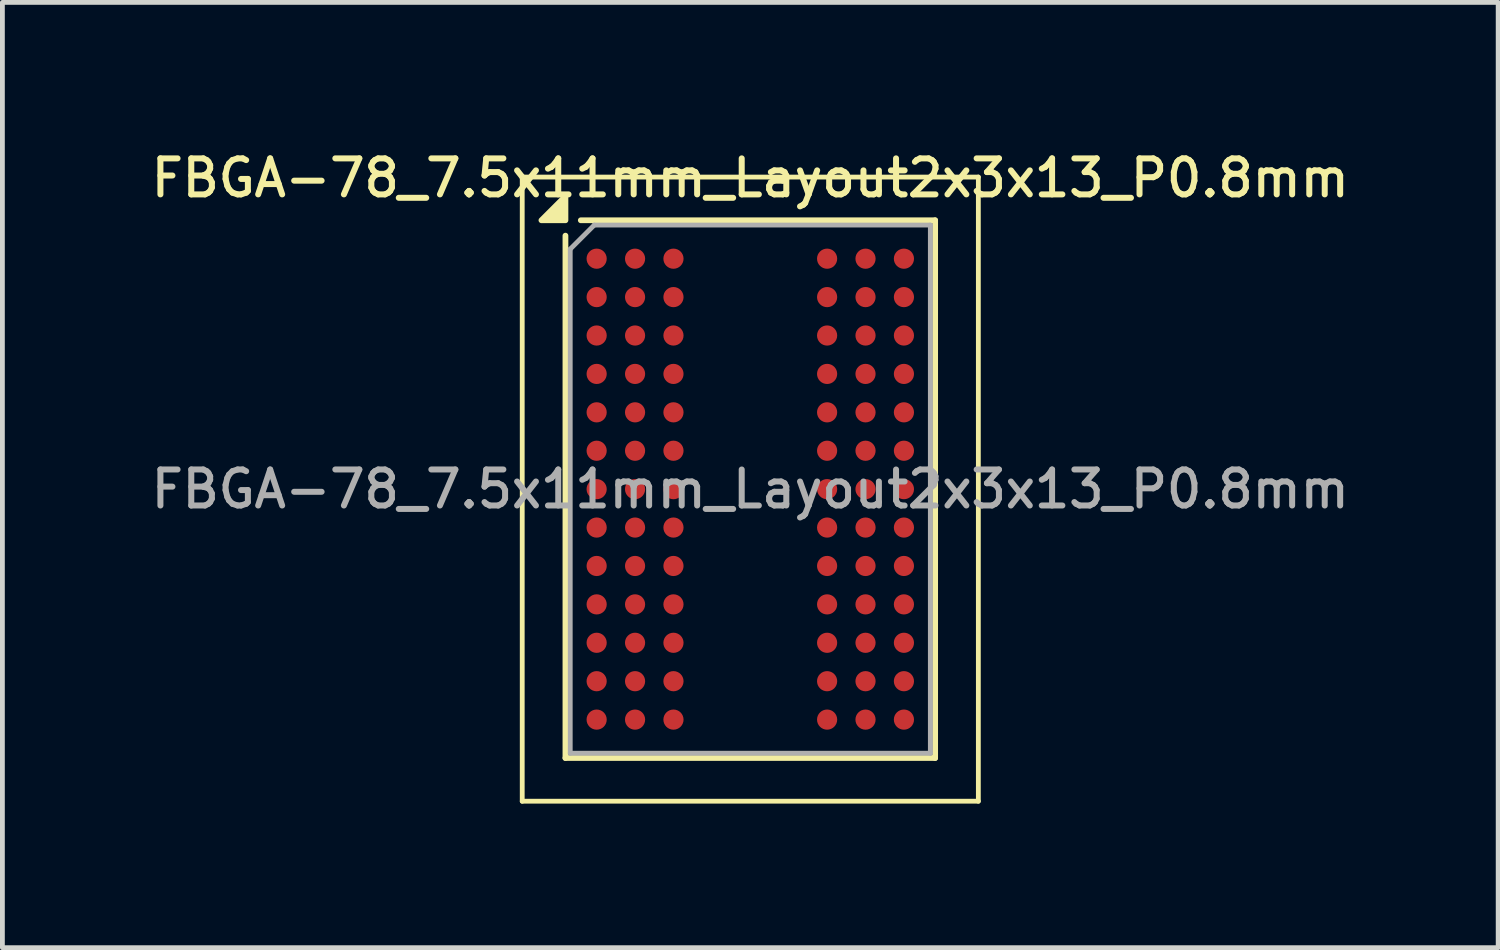
<source format=kicad_pcb>
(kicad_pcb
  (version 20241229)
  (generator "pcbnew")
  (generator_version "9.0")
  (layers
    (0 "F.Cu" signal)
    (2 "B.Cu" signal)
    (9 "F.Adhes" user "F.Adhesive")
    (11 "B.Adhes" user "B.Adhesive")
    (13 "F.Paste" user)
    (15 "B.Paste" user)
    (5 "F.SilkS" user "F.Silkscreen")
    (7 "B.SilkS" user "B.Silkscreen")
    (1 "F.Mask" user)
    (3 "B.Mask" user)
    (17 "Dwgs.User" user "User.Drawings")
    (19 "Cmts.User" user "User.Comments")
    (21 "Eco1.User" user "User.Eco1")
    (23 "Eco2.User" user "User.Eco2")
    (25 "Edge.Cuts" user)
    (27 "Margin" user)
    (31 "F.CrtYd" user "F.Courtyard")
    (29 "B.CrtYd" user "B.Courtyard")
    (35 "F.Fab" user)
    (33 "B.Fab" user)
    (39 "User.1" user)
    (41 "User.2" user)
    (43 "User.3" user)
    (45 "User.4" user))
  (footprint "FBGA-78_7.5x11mm_Layout2x3x13_P0.8mm"
    (layer "F.Cu")
    (at 12.577 7.138)
    (property "Reference" "FBGA-78_7.5x11mm_Layout2x3x13_P0.8mm" (at 0 -6.48 0) (layer "F.SilkS") (effects (font (size 0.75 0.75) (thickness 0.125))))
    (attr smd)
    (fp_line (start -4.75 -6.5) (end -4.75 6.5) (stroke (width 0.1) (type solid)) (layer "F.SilkS"))
    (fp_line (start -4.75 -6.5) (end 4.75 -6.5) (stroke (width 0.1) (type solid)) (layer "F.SilkS"))
    (fp_line (start -4.75 6.5) (end 4.75 6.5) (stroke (width 0.1) (type solid)) (layer "F.SilkS"))
    (fp_line (start -3.85 5.6) (end -3.85 -5.28) (stroke (width 0.12) (type solid)) (layer "F.SilkS"))
    (fp_line (start -3.53 -5.6) (end 3.85 -5.6) (stroke (width 0.12) (type solid)) (layer "F.SilkS"))
    (fp_line (start 3.85 -5.6) (end 3.85 5.6) (stroke (width 0.12) (type solid)) (layer "F.SilkS"))
    (fp_line (start 3.85 5.6) (end -3.85 5.6) (stroke (width 0.12) (type solid)) (layer "F.SilkS"))
    (fp_line (start 4.75 6.5) (end 4.75 -6.5) (stroke (width 0.1) (type solid)) (layer "F.SilkS"))
    (fp_poly (pts (xy -3.85 -5.6) (xy -4.35 -5.6) (xy -3.85 -6.1) (xy -3.85 -5.6)) (stroke (width 0.12) (type solid)) (fill yes) (layer "F.SilkS"))
    (fp_line (start -3.75 -5) (end -3.75 5.5) (stroke (width 0.1) (type solid)) (layer "F.Fab"))
    (fp_line (start -3.75 -5) (end -3.25 -5.5) (stroke (width 0.1) (type solid)) (layer "F.Fab"))
    (fp_line (start -3.75 5.5) (end 3.75 5.5) (stroke (width 0.1) (type solid)) (layer "F.Fab"))
    (fp_line (start 3.75 -5.5) (end -3.25 -5.5) (stroke (width 0.1) (type solid)) (layer "F.Fab"))
    (fp_line (start 3.75 5.5) (end 3.75 -5.5) (stroke (width 0.1) (type solid)) (layer "F.Fab"))
    (fp_text user "${REFERENCE}" (at 0 0 0) (layer "F.Fab") (effects (font (size 0.75 0.75) (thickness 0.125))))
    (pad "A1" smd circle (at -3.2 -4.8) (size 0.42 0.42) (property pad_prop_bga) (layers "F.Cu" "F.Mask" "F.Paste"))
    (pad "A2" smd circle (at -2.4 -4.8) (size 0.42 0.42) (property pad_prop_bga) (layers "F.Cu" "F.Mask" "F.Paste"))
    (pad "A3" smd circle (at -1.6 -4.8) (size 0.42 0.42) (property pad_prop_bga) (layers "F.Cu" "F.Mask" "F.Paste"))
    (pad "A7" smd circle (at 1.6 -4.8) (size 0.42 0.42) (property pad_prop_bga) (layers "F.Cu" "F.Mask" "F.Paste"))
    (pad "A8" smd circle (at 2.4 -4.8) (size 0.42 0.42) (property pad_prop_bga) (layers "F.Cu" "F.Mask" "F.Paste"))
    (pad "A9" smd circle (at 3.2 -4.8) (size 0.42 0.42) (property pad_prop_bga) (layers "F.Cu" "F.Mask" "F.Paste"))
    (pad "B1" smd circle (at -3.2 -4) (size 0.42 0.42) (property pad_prop_bga) (layers "F.Cu" "F.Mask" "F.Paste"))
    (pad "B2" smd circle (at -2.4 -4) (size 0.42 0.42) (property pad_prop_bga) (layers "F.Cu" "F.Mask" "F.Paste"))
    (pad "B3" smd circle (at -1.6 -4) (size 0.42 0.42) (property pad_prop_bga) (layers "F.Cu" "F.Mask" "F.Paste"))
    (pad "B7" smd circle (at 1.6 -4) (size 0.42 0.42) (property pad_prop_bga) (layers "F.Cu" "F.Mask" "F.Paste"))
    (pad "B8" smd circle (at 2.4 -4) (size 0.42 0.42) (property pad_prop_bga) (layers "F.Cu" "F.Mask" "F.Paste"))
    (pad "B9" smd circle (at 3.2 -4) (size 0.42 0.42) (property pad_prop_bga) (layers "F.Cu" "F.Mask" "F.Paste"))
    (pad "C1" smd circle (at -3.2 -3.2) (size 0.42 0.42) (property pad_prop_bga) (layers "F.Cu" "F.Mask" "F.Paste"))
    (pad "C2" smd circle (at -2.4 -3.2) (size 0.42 0.42) (property pad_prop_bga) (layers "F.Cu" "F.Mask" "F.Paste"))
    (pad "C3" smd circle (at -1.6 -3.2) (size 0.42 0.42) (property pad_prop_bga) (layers "F.Cu" "F.Mask" "F.Paste"))
    (pad "C7" smd circle (at 1.6 -3.2) (size 0.42 0.42) (property pad_prop_bga) (layers "F.Cu" "F.Mask" "F.Paste"))
    (pad "C8" smd circle (at 2.4 -3.2) (size 0.42 0.42) (property pad_prop_bga) (layers "F.Cu" "F.Mask" "F.Paste"))
    (pad "C9" smd circle (at 3.2 -3.2) (size 0.42 0.42) (property pad_prop_bga) (layers "F.Cu" "F.Mask" "F.Paste"))
    (pad "D1" smd circle (at -3.2 -2.4) (size 0.42 0.42) (property pad_prop_bga) (layers "F.Cu" "F.Mask" "F.Paste"))
    (pad "D2" smd circle (at -2.4 -2.4) (size 0.42 0.42) (property pad_prop_bga) (layers "F.Cu" "F.Mask" "F.Paste"))
    (pad "D3" smd circle (at -1.6 -2.4) (size 0.42 0.42) (property pad_prop_bga) (layers "F.Cu" "F.Mask" "F.Paste"))
    (pad "D7" smd circle (at 1.6 -2.4) (size 0.42 0.42) (property pad_prop_bga) (layers "F.Cu" "F.Mask" "F.Paste"))
    (pad "D8" smd circle (at 2.4 -2.4) (size 0.42 0.42) (property pad_prop_bga) (layers "F.Cu" "F.Mask" "F.Paste"))
    (pad "D9" smd circle (at 3.2 -2.4) (size 0.42 0.42) (property pad_prop_bga) (layers "F.Cu" "F.Mask" "F.Paste"))
    (pad "E1" smd circle (at -3.2 -1.6) (size 0.42 0.42) (property pad_prop_bga) (layers "F.Cu" "F.Mask" "F.Paste"))
    (pad "E2" smd circle (at -2.4 -1.6) (size 0.42 0.42) (property pad_prop_bga) (layers "F.Cu" "F.Mask" "F.Paste"))
    (pad "E3" smd circle (at -1.6 -1.6) (size 0.42 0.42) (property pad_prop_bga) (layers "F.Cu" "F.Mask" "F.Paste"))
    (pad "E7" smd circle (at 1.6 -1.6) (size 0.42 0.42) (property pad_prop_bga) (layers "F.Cu" "F.Mask" "F.Paste"))
    (pad "E8" smd circle (at 2.4 -1.6) (size 0.42 0.42) (property pad_prop_bga) (layers "F.Cu" "F.Mask" "F.Paste"))
    (pad "E9" smd circle (at 3.2 -1.6) (size 0.42 0.42) (property pad_prop_bga) (layers "F.Cu" "F.Mask" "F.Paste"))
    (pad "F1" smd circle (at -3.2 -0.8) (size 0.42 0.42) (property pad_prop_bga) (layers "F.Cu" "F.Mask" "F.Paste"))
    (pad "F2" smd circle (at -2.4 -0.8) (size 0.42 0.42) (property pad_prop_bga) (layers "F.Cu" "F.Mask" "F.Paste"))
    (pad "F3" smd circle (at -1.6 -0.8) (size 0.42 0.42) (property pad_prop_bga) (layers "F.Cu" "F.Mask" "F.Paste"))
    (pad "F7" smd circle (at 1.6 -0.8) (size 0.42 0.42) (property pad_prop_bga) (layers "F.Cu" "F.Mask" "F.Paste"))
    (pad "F8" smd circle (at 2.4 -0.8) (size 0.42 0.42) (property pad_prop_bga) (layers "F.Cu" "F.Mask" "F.Paste"))
    (pad "F9" smd circle (at 3.2 -0.8) (size 0.42 0.42) (property pad_prop_bga) (layers "F.Cu" "F.Mask" "F.Paste"))
    (pad "G1" smd circle (at -3.2 0) (size 0.42 0.42) (property pad_prop_bga) (layers "F.Cu" "F.Mask" "F.Paste"))
    (pad "G2" smd circle (at -2.4 0) (size 0.42 0.42) (property pad_prop_bga) (layers "F.Cu" "F.Mask" "F.Paste"))
    (pad "G3" smd circle (at -1.6 0) (size 0.42 0.42) (property pad_prop_bga) (layers "F.Cu" "F.Mask" "F.Paste"))
    (pad "G7" smd circle (at 1.6 0) (size 0.42 0.42) (property pad_prop_bga) (layers "F.Cu" "F.Mask" "F.Paste"))
    (pad "G8" smd circle (at 2.4 0) (size 0.42 0.42) (property pad_prop_bga) (layers "F.Cu" "F.Mask" "F.Paste"))
    (pad "G9" smd circle (at 3.2 0) (size 0.42 0.42) (property pad_prop_bga) (layers "F.Cu" "F.Mask" "F.Paste"))
    (pad "H1" smd circle (at -3.2 0.8) (size 0.42 0.42) (property pad_prop_bga) (layers "F.Cu" "F.Mask" "F.Paste"))
    (pad "H2" smd circle (at -2.4 0.8) (size 0.42 0.42) (property pad_prop_bga) (layers "F.Cu" "F.Mask" "F.Paste"))
    (pad "H3" smd circle (at -1.6 0.8) (size 0.42 0.42) (property pad_prop_bga) (layers "F.Cu" "F.Mask" "F.Paste"))
    (pad "H7" smd circle (at 1.6 0.8) (size 0.42 0.42) (property pad_prop_bga) (layers "F.Cu" "F.Mask" "F.Paste"))
    (pad "H8" smd circle (at 2.4 0.8) (size 0.42 0.42) (property pad_prop_bga) (layers "F.Cu" "F.Mask" "F.Paste"))
    (pad "H9" smd circle (at 3.2 0.8) (size 0.42 0.42) (property pad_prop_bga) (layers "F.Cu" "F.Mask" "F.Paste"))
    (pad "J1" smd circle (at -3.2 1.6) (size 0.42 0.42) (property pad_prop_bga) (layers "F.Cu" "F.Mask" "F.Paste"))
    (pad "J2" smd circle (at -2.4 1.6) (size 0.42 0.42) (property pad_prop_bga) (layers "F.Cu" "F.Mask" "F.Paste"))
    (pad "J3" smd circle (at -1.6 1.6) (size 0.42 0.42) (property pad_prop_bga) (layers "F.Cu" "F.Mask" "F.Paste"))
    (pad "J7" smd circle (at 1.6 1.6) (size 0.42 0.42) (property pad_prop_bga) (layers "F.Cu" "F.Mask" "F.Paste"))
    (pad "J8" smd circle (at 2.4 1.6) (size 0.42 0.42) (property pad_prop_bga) (layers "F.Cu" "F.Mask" "F.Paste"))
    (pad "J9" smd circle (at 3.2 1.6) (size 0.42 0.42) (property pad_prop_bga) (layers "F.Cu" "F.Mask" "F.Paste"))
    (pad "K1" smd circle (at -3.2 2.4) (size 0.42 0.42) (property pad_prop_bga) (layers "F.Cu" "F.Mask" "F.Paste"))
    (pad "K2" smd circle (at -2.4 2.4) (size 0.42 0.42) (property pad_prop_bga) (layers "F.Cu" "F.Mask" "F.Paste"))
    (pad "K3" smd circle (at -1.6 2.4) (size 0.42 0.42) (property pad_prop_bga) (layers "F.Cu" "F.Mask" "F.Paste"))
    (pad "K7" smd circle (at 1.6 2.4) (size 0.42 0.42) (property pad_prop_bga) (layers "F.Cu" "F.Mask" "F.Paste"))
    (pad "K8" smd circle (at 2.4 2.4) (size 0.42 0.42) (property pad_prop_bga) (layers "F.Cu" "F.Mask" "F.Paste"))
    (pad "K9" smd circle (at 3.2 2.4) (size 0.42 0.42) (property pad_prop_bga) (layers "F.Cu" "F.Mask" "F.Paste"))
    (pad "L1" smd circle (at -3.2 3.2) (size 0.42 0.42) (property pad_prop_bga) (layers "F.Cu" "F.Mask" "F.Paste"))
    (pad "L2" smd circle (at -2.4 3.2) (size 0.42 0.42) (property pad_prop_bga) (layers "F.Cu" "F.Mask" "F.Paste"))
    (pad "L3" smd circle (at -1.6 3.2) (size 0.42 0.42) (property pad_prop_bga) (layers "F.Cu" "F.Mask" "F.Paste"))
    (pad "L7" smd circle (at 1.6 3.2) (size 0.42 0.42) (property pad_prop_bga) (layers "F.Cu" "F.Mask" "F.Paste"))
    (pad "L8" smd circle (at 2.4 3.2) (size 0.42 0.42) (property pad_prop_bga) (layers "F.Cu" "F.Mask" "F.Paste"))
    (pad "L9" smd circle (at 3.2 3.2) (size 0.42 0.42) (property pad_prop_bga) (layers "F.Cu" "F.Mask" "F.Paste"))
    (pad "M1" smd circle (at -3.2 4) (size 0.42 0.42) (property pad_prop_bga) (layers "F.Cu" "F.Mask" "F.Paste"))
    (pad "M2" smd circle (at -2.4 4) (size 0.42 0.42) (property pad_prop_bga) (layers "F.Cu" "F.Mask" "F.Paste"))
    (pad "M3" smd circle (at -1.6 4) (size 0.42 0.42) (property pad_prop_bga) (layers "F.Cu" "F.Mask" "F.Paste"))
    (pad "M7" smd circle (at 1.6 4) (size 0.42 0.42) (property pad_prop_bga) (layers "F.Cu" "F.Mask" "F.Paste"))
    (pad "M8" smd circle (at 2.4 4) (size 0.42 0.42) (property pad_prop_bga) (layers "F.Cu" "F.Mask" "F.Paste"))
    (pad "M9" smd circle (at 3.2 4) (size 0.42 0.42) (property pad_prop_bga) (layers "F.Cu" "F.Mask" "F.Paste"))
    (pad "N1" smd circle (at -3.2 4.8) (size 0.42 0.42) (property pad_prop_bga) (layers "F.Cu" "F.Mask" "F.Paste"))
    (pad "N2" smd circle (at -2.4 4.8) (size 0.42 0.42) (property pad_prop_bga) (layers "F.Cu" "F.Mask" "F.Paste"))
    (pad "N3" smd circle (at -1.6 4.8) (size 0.42 0.42) (property pad_prop_bga) (layers "F.Cu" "F.Mask" "F.Paste"))
    (pad "N7" smd circle (at 1.6 4.8) (size 0.42 0.42) (property pad_prop_bga) (layers "F.Cu" "F.Mask" "F.Paste"))
    (pad "N8" smd circle (at 2.4 4.8) (size 0.42 0.42) (property pad_prop_bga) (layers "F.Cu" "F.Mask" "F.Paste"))
    (pad "N9" smd circle (at 3.2 4.8) (size 0.42 0.42) (property pad_prop_bga) (layers "F.Cu" "F.Mask" "F.Paste")))
  (gr_rect
    (start -3 -3)
    (end 28.154 16.688)
    (stroke (width 0.1) (type default))
    (fill no)
    (layer "Edge.Cuts")))
</source>
